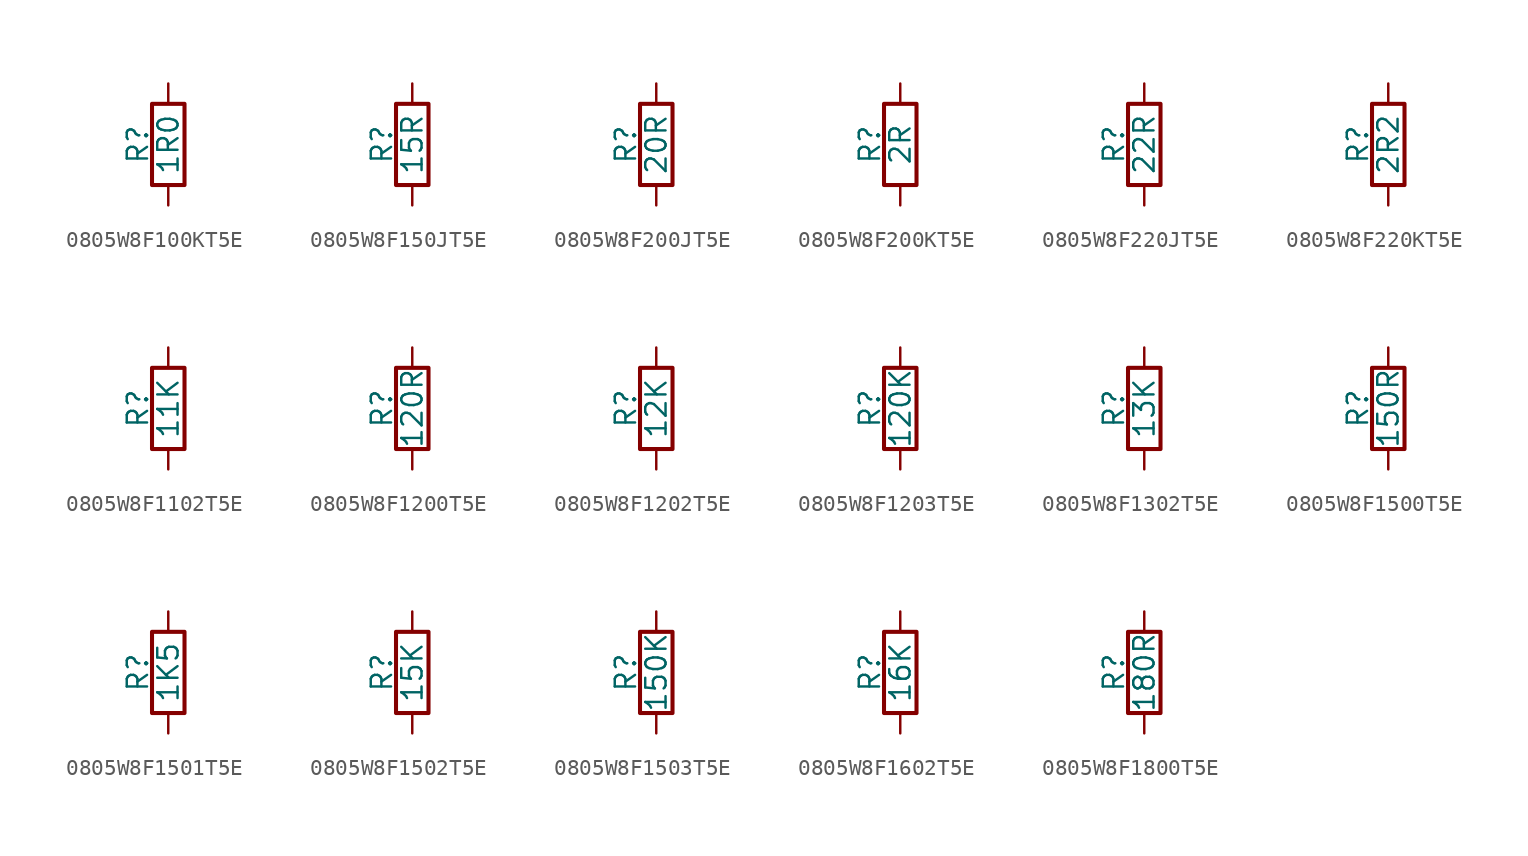
<source format=kicad_sym>
(kicad_symbol_lib
  (version 20211014)
  (generator conandllu_kicad_symbol_generator_20230404_23:29:43)
  (symbol "0805W8F100KT5E"
    (pin_numbers hide)
    (pin_names
      (offset 0))
    (property "Reference" "R"
      (at -1.905 0 90)
      (effects (font (size 1.27 1.27))))
    (property "Value" "1R0"
      (at 0 0 90)
      (effects (font (size 1.27 1.27))))
    (symbol "0805W8F100KT5E_0_1"
      (rectangle (start -1.016 -2.54) (end 1.016 2.54) (stroke (width 0.254) (type default) (color 0 0 0 0)) (fill (type none))))
    (symbol "0805W8F100KT5E_1_1"
      (pin passive line (at 0 3.81 270) (length 1.27) (name "~" (effects (font (size 1.27 1.27)))) (number "1" (effects (font (size 1.27 1.27)))))
      (pin passive line (at 0 -3.81 90) (length 1.27) (name "~" (effects (font (size 1.27 1.27)))) (number "2" (effects (font (size 1.27 1.27)))))))
  (symbol "0805W8F150JT5E"
    (pin_numbers hide)
    (pin_names
      (offset 0))
    (property "Reference" "R"
      (at -1.905 0 90)
      (effects (font (size 1.27 1.27))))
    (property "Value" "15R"
      (at 0 0 90)
      (effects (font (size 1.27 1.27))))
    (symbol "0805W8F150JT5E_0_1"
      (rectangle (start -1.016 -2.54) (end 1.016 2.54) (stroke (width 0.254) (type default) (color 0 0 0 0)) (fill (type none))))
    (symbol "0805W8F150JT5E_1_1"
      (pin passive line (at 0 3.81 270) (length 1.27) (name "~" (effects (font (size 1.27 1.27)))) (number "1" (effects (font (size 1.27 1.27)))))
      (pin passive line (at 0 -3.81 90) (length 1.27) (name "~" (effects (font (size 1.27 1.27)))) (number "2" (effects (font (size 1.27 1.27)))))))
  (symbol "0805W8F200JT5E"
    (pin_numbers hide)
    (pin_names
      (offset 0))
    (property "Reference" "R"
      (at -1.905 0 90)
      (effects (font (size 1.27 1.27))))
    (property "Value" "20R"
      (at 0 0 90)
      (effects (font (size 1.27 1.27))))
    (symbol "0805W8F200JT5E_0_1"
      (rectangle (start -1.016 -2.54) (end 1.016 2.54) (stroke (width 0.254) (type default) (color 0 0 0 0)) (fill (type none))))
    (symbol "0805W8F200JT5E_1_1"
      (pin passive line (at 0 3.81 270) (length 1.27) (name "~" (effects (font (size 1.27 1.27)))) (number "1" (effects (font (size 1.27 1.27)))))
      (pin passive line (at 0 -3.81 90) (length 1.27) (name "~" (effects (font (size 1.27 1.27)))) (number "2" (effects (font (size 1.27 1.27)))))))
  (symbol "0805W8F200KT5E"
    (pin_numbers hide)
    (pin_names
      (offset 0))
    (property "Reference" "R"
      (at -1.905 0 90)
      (effects (font (size 1.27 1.27))))
    (property "Value" "2R"
      (at 0 0 90)
      (effects (font (size 1.27 1.27))))
    (symbol "0805W8F200KT5E_0_1"
      (rectangle (start -1.016 -2.54) (end 1.016 2.54) (stroke (width 0.254) (type default) (color 0 0 0 0)) (fill (type none))))
    (symbol "0805W8F200KT5E_1_1"
      (pin passive line (at 0 3.81 270) (length 1.27) (name "~" (effects (font (size 1.27 1.27)))) (number "1" (effects (font (size 1.27 1.27)))))
      (pin passive line (at 0 -3.81 90) (length 1.27) (name "~" (effects (font (size 1.27 1.27)))) (number "2" (effects (font (size 1.27 1.27)))))))
  (symbol "0805W8F220JT5E"
    (pin_numbers hide)
    (pin_names
      (offset 0))
    (property "Reference" "R"
      (at -1.905 0 90)
      (effects (font (size 1.27 1.27))))
    (property "Value" "22R"
      (at 0 0 90)
      (effects (font (size 1.27 1.27))))
    (symbol "0805W8F220JT5E_0_1"
      (rectangle (start -1.016 -2.54) (end 1.016 2.54) (stroke (width 0.254) (type default) (color 0 0 0 0)) (fill (type none))))
    (symbol "0805W8F220JT5E_1_1"
      (pin passive line (at 0 3.81 270) (length 1.27) (name "~" (effects (font (size 1.27 1.27)))) (number "1" (effects (font (size 1.27 1.27)))))
      (pin passive line (at 0 -3.81 90) (length 1.27) (name "~" (effects (font (size 1.27 1.27)))) (number "2" (effects (font (size 1.27 1.27)))))))
  (symbol "0805W8F220KT5E"
    (pin_numbers hide)
    (pin_names
      (offset 0))
    (property "Reference" "R"
      (at -1.905 0 90)
      (effects (font (size 1.27 1.27))))
    (property "Value" "2R2"
      (at 0 0 90)
      (effects (font (size 1.27 1.27))))
    (symbol "0805W8F220KT5E_0_1"
      (rectangle (start -1.016 -2.54) (end 1.016 2.54) (stroke (width 0.254) (type default) (color 0 0 0 0)) (fill (type none))))
    (symbol "0805W8F220KT5E_1_1"
      (pin passive line (at 0 3.81 270) (length 1.27) (name "~" (effects (font (size 1.27 1.27)))) (number "1" (effects (font (size 1.27 1.27)))))
      (pin passive line (at 0 -3.81 90) (length 1.27) (name "~" (effects (font (size 1.27 1.27)))) (number "2" (effects (font (size 1.27 1.27)))))))
  (symbol "0805W8F1102T5E"
    (pin_numbers hide)
    (pin_names
      (offset 0))
    (property "Reference" "R"
      (at -1.905 0 90)
      (effects (font (size 1.27 1.27))))
    (property "Value" "11K"
      (at 0 0 90)
      (effects (font (size 1.27 1.27))))
    (symbol "0805W8F1102T5E_0_1"
      (rectangle (start -1.016 -2.54) (end 1.016 2.54) (stroke (width 0.254) (type default) (color 0 0 0 0)) (fill (type none))))
    (symbol "0805W8F1102T5E_1_1"
      (pin passive line (at 0 3.81 270) (length 1.27) (name "~" (effects (font (size 1.27 1.27)))) (number "1" (effects (font (size 1.27 1.27)))))
      (pin passive line (at 0 -3.81 90) (length 1.27) (name "~" (effects (font (size 1.27 1.27)))) (number "2" (effects (font (size 1.27 1.27)))))))
  (symbol "0805W8F1200T5E"
    (pin_numbers hide)
    (pin_names
      (offset 0))
    (property "Reference" "R"
      (at -1.905 0 90)
      (effects (font (size 1.27 1.27))))
    (property "Value" "120R"
      (at 0 0 90)
      (effects (font (size 1.27 1.27))))
    (symbol "0805W8F1200T5E_0_1"
      (rectangle (start -1.016 -2.54) (end 1.016 2.54) (stroke (width 0.254) (type default) (color 0 0 0 0)) (fill (type none))))
    (symbol "0805W8F1200T5E_1_1"
      (pin passive line (at 0 3.81 270) (length 1.27) (name "~" (effects (font (size 1.27 1.27)))) (number "1" (effects (font (size 1.27 1.27)))))
      (pin passive line (at 0 -3.81 90) (length 1.27) (name "~" (effects (font (size 1.27 1.27)))) (number "2" (effects (font (size 1.27 1.27)))))))
  (symbol "0805W8F1202T5E"
    (pin_numbers hide)
    (pin_names
      (offset 0))
    (property "Reference" "R"
      (at -1.905 0 90)
      (effects (font (size 1.27 1.27))))
    (property "Value" "12K"
      (at 0 0 90)
      (effects (font (size 1.27 1.27))))
    (symbol "0805W8F1202T5E_0_1"
      (rectangle (start -1.016 -2.54) (end 1.016 2.54) (stroke (width 0.254) (type default) (color 0 0 0 0)) (fill (type none))))
    (symbol "0805W8F1202T5E_1_1"
      (pin passive line (at 0 3.81 270) (length 1.27) (name "~" (effects (font (size 1.27 1.27)))) (number "1" (effects (font (size 1.27 1.27)))))
      (pin passive line (at 0 -3.81 90) (length 1.27) (name "~" (effects (font (size 1.27 1.27)))) (number "2" (effects (font (size 1.27 1.27)))))))
  (symbol "0805W8F1203T5E"
    (pin_numbers hide)
    (pin_names
      (offset 0))
    (property "Reference" "R"
      (at -1.905 0 90)
      (effects (font (size 1.27 1.27))))
    (property "Value" "120K"
      (at 0 0 90)
      (effects (font (size 1.27 1.27))))
    (symbol "0805W8F1203T5E_0_1"
      (rectangle (start -1.016 -2.54) (end 1.016 2.54) (stroke (width 0.254) (type default) (color 0 0 0 0)) (fill (type none))))
    (symbol "0805W8F1203T5E_1_1"
      (pin passive line (at 0 3.81 270) (length 1.27) (name "~" (effects (font (size 1.27 1.27)))) (number "1" (effects (font (size 1.27 1.27)))))
      (pin passive line (at 0 -3.81 90) (length 1.27) (name "~" (effects (font (size 1.27 1.27)))) (number "2" (effects (font (size 1.27 1.27)))))))
  (symbol "0805W8F1302T5E"
    (pin_numbers hide)
    (pin_names
      (offset 0))
    (property "Reference" "R"
      (at -1.905 0 90)
      (effects (font (size 1.27 1.27))))
    (property "Value" "13K"
      (at 0 0 90)
      (effects (font (size 1.27 1.27))))
    (symbol "0805W8F1302T5E_0_1"
      (rectangle (start -1.016 -2.54) (end 1.016 2.54) (stroke (width 0.254) (type default) (color 0 0 0 0)) (fill (type none))))
    (symbol "0805W8F1302T5E_1_1"
      (pin passive line (at 0 3.81 270) (length 1.27) (name "~" (effects (font (size 1.27 1.27)))) (number "1" (effects (font (size 1.27 1.27)))))
      (pin passive line (at 0 -3.81 90) (length 1.27) (name "~" (effects (font (size 1.27 1.27)))) (number "2" (effects (font (size 1.27 1.27)))))))
  (symbol "0805W8F1500T5E"
    (pin_numbers hide)
    (pin_names
      (offset 0))
    (property "Reference" "R"
      (at -1.905 0 90)
      (effects (font (size 1.27 1.27))))
    (property "Value" "150R"
      (at 0 0 90)
      (effects (font (size 1.27 1.27))))
    (symbol "0805W8F1500T5E_0_1"
      (rectangle (start -1.016 -2.54) (end 1.016 2.54) (stroke (width 0.254) (type default) (color 0 0 0 0)) (fill (type none))))
    (symbol "0805W8F1500T5E_1_1"
      (pin passive line (at 0 3.81 270) (length 1.27) (name "~" (effects (font (size 1.27 1.27)))) (number "1" (effects (font (size 1.27 1.27)))))
      (pin passive line (at 0 -3.81 90) (length 1.27) (name "~" (effects (font (size 1.27 1.27)))) (number "2" (effects (font (size 1.27 1.27)))))))
  (symbol "0805W8F1501T5E"
    (pin_numbers hide)
    (pin_names
      (offset 0))
    (property "Reference" "R"
      (at -1.905 0 90)
      (effects (font (size 1.27 1.27))))
    (property "Value" "1K5"
      (at 0 0 90)
      (effects (font (size 1.27 1.27))))
    (symbol "0805W8F1501T5E_0_1"
      (rectangle (start -1.016 -2.54) (end 1.016 2.54) (stroke (width 0.254) (type default) (color 0 0 0 0)) (fill (type none))))
    (symbol "0805W8F1501T5E_1_1"
      (pin passive line (at 0 3.81 270) (length 1.27) (name "~" (effects (font (size 1.27 1.27)))) (number "1" (effects (font (size 1.27 1.27)))))
      (pin passive line (at 0 -3.81 90) (length 1.27) (name "~" (effects (font (size 1.27 1.27)))) (number "2" (effects (font (size 1.27 1.27)))))))
  (symbol "0805W8F1502T5E"
    (pin_numbers hide)
    (pin_names
      (offset 0))
    (property "Reference" "R"
      (at -1.905 0 90)
      (effects (font (size 1.27 1.27))))
    (property "Value" "15K"
      (at 0 0 90)
      (effects (font (size 1.27 1.27))))
    (symbol "0805W8F1502T5E_0_1"
      (rectangle (start -1.016 -2.54) (end 1.016 2.54) (stroke (width 0.254) (type default) (color 0 0 0 0)) (fill (type none))))
    (symbol "0805W8F1502T5E_1_1"
      (pin passive line (at 0 3.81 270) (length 1.27) (name "~" (effects (font (size 1.27 1.27)))) (number "1" (effects (font (size 1.27 1.27)))))
      (pin passive line (at 0 -3.81 90) (length 1.27) (name "~" (effects (font (size 1.27 1.27)))) (number "2" (effects (font (size 1.27 1.27)))))))
  (symbol "0805W8F1503T5E"
    (pin_numbers hide)
    (pin_names
      (offset 0))
    (property "Reference" "R"
      (at -1.905 0 90)
      (effects (font (size 1.27 1.27))))
    (property "Value" "150K"
      (at 0 0 90)
      (effects (font (size 1.27 1.27))))
    (symbol "0805W8F1503T5E_0_1"
      (rectangle (start -1.016 -2.54) (end 1.016 2.54) (stroke (width 0.254) (type default) (color 0 0 0 0)) (fill (type none))))
    (symbol "0805W8F1503T5E_1_1"
      (pin passive line (at 0 3.81 270) (length 1.27) (name "~" (effects (font (size 1.27 1.27)))) (number "1" (effects (font (size 1.27 1.27)))))
      (pin passive line (at 0 -3.81 90) (length 1.27) (name "~" (effects (font (size 1.27 1.27)))) (number "2" (effects (font (size 1.27 1.27)))))))
  (symbol "0805W8F1602T5E"
    (pin_numbers hide)
    (pin_names
      (offset 0))
    (property "Reference" "R"
      (at -1.905 0 90)
      (effects (font (size 1.27 1.27))))
    (property "Value" "16K"
      (at 0 0 90)
      (effects (font (size 1.27 1.27))))
    (symbol "0805W8F1602T5E_0_1"
      (rectangle (start -1.016 -2.54) (end 1.016 2.54) (stroke (width 0.254) (type default) (color 0 0 0 0)) (fill (type none))))
    (symbol "0805W8F1602T5E_1_1"
      (pin passive line (at 0 3.81 270) (length 1.27) (name "~" (effects (font (size 1.27 1.27)))) (number "1" (effects (font (size 1.27 1.27)))))
      (pin passive line (at 0 -3.81 90) (length 1.27) (name "~" (effects (font (size 1.27 1.27)))) (number "2" (effects (font (size 1.27 1.27)))))))
  (symbol "0805W8F1800T5E"
    (pin_numbers hide)
    (pin_names
      (offset 0))
    (property "Reference" "R"
      (at -1.905 0 90)
      (effects (font (size 1.27 1.27))))
    (property "Value" "180R"
      (at 0 0 90)
      (effects (font (size 1.27 1.27))))
    (symbol "0805W8F1800T5E_0_1"
      (rectangle (start -1.016 -2.54) (end 1.016 2.54) (stroke (width 0.254) (type default) (color 0 0 0 0)) (fill (type none))))
    (symbol "0805W8F1800T5E_1_1"
      (pin passive line (at 0 3.81 270) (length 1.27) (name "~" (effects (font (size 1.27 1.27)))) (number "1" (effects (font (size 1.27 1.27)))))
      (pin passive line (at 0 -3.81 90) (length 1.27) (name "~" (effects (font (size 1.27 1.27)))) (number "2" (effects (font (size 1.27 1.27))))))))
</source>
